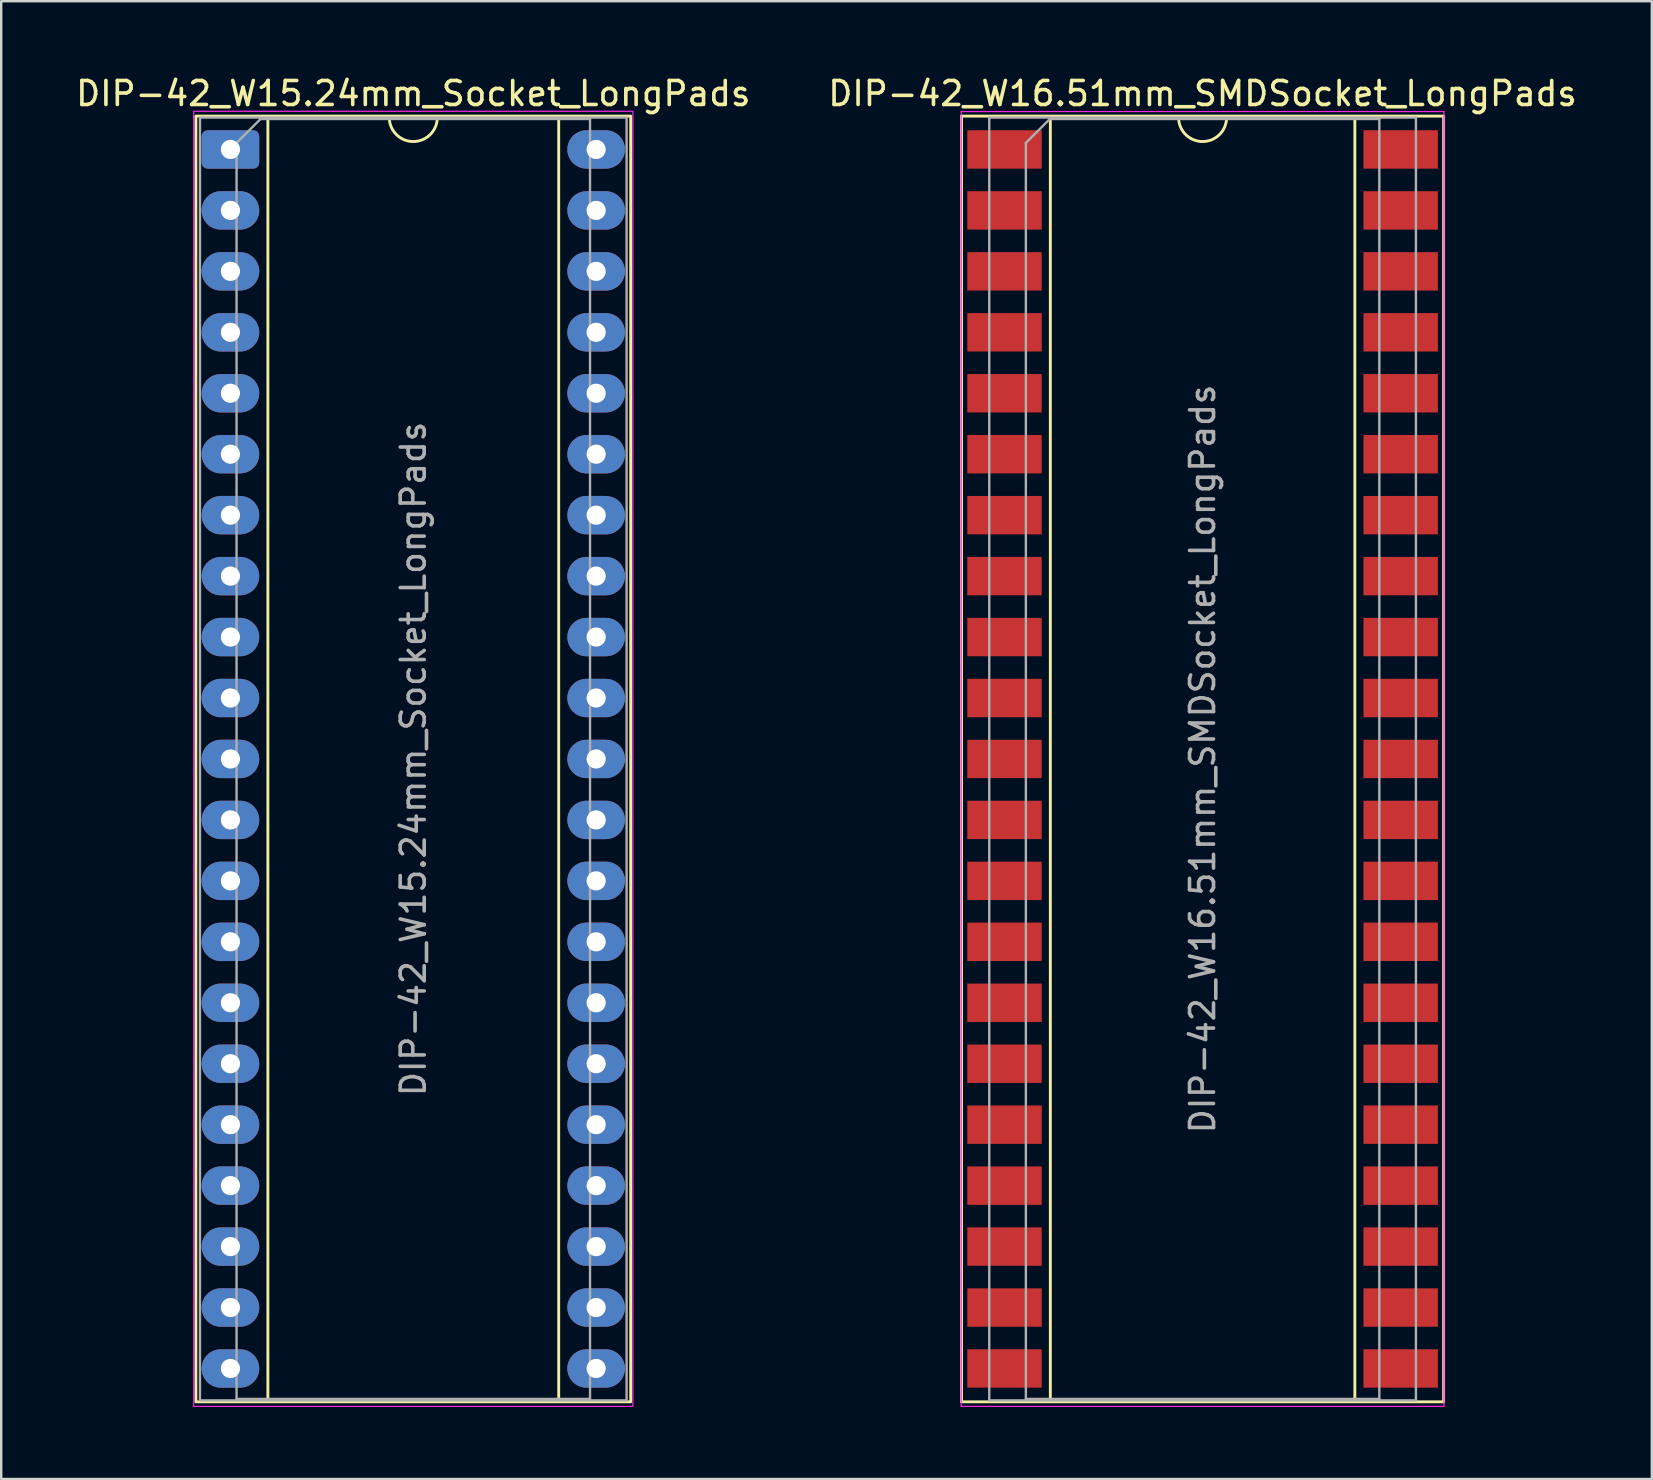
<source format=kicad_pcb>
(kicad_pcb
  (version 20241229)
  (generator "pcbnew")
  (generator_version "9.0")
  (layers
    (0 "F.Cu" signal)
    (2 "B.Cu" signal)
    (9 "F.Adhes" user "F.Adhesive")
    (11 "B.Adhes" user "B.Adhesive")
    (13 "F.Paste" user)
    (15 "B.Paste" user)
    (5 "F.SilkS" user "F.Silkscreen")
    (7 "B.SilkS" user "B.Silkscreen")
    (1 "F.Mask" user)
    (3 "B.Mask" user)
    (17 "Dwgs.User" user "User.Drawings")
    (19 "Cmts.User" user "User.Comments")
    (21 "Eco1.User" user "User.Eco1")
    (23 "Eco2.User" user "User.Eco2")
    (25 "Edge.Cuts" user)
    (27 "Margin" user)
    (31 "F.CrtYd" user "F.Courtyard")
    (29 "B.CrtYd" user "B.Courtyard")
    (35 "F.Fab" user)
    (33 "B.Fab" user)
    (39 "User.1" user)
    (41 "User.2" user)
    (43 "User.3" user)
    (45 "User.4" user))
  (footprint "DIP-42_W16.51mm_SMDSocket_LongPads"
    (layer "F.Cu")
    (at 47.065 28.578)
    (property "Reference" "DIP-42_W16.51mm_SMDSocket_LongPads" (at 0 -27.73 0) (layer "F.SilkS") (effects (font (size 1 1) (thickness 0.15))))
    (attr smd)
    (fp_line (start -10.045 -26.79) (end -10.045 26.79) (stroke (width 0.12) (type solid)) (layer "F.SilkS"))
    (fp_line (start -10.045 26.79) (end 10.045 26.79) (stroke (width 0.12) (type solid)) (layer "F.SilkS"))
    (fp_line (start -6.345 -26.73) (end -6.345 26.73) (stroke (width 0.12) (type solid)) (layer "F.SilkS"))
    (fp_line (start -6.345 26.73) (end 6.345 26.73) (stroke (width 0.12) (type solid)) (layer "F.SilkS"))
    (fp_line (start -1 -26.73) (end -6.345 -26.73) (stroke (width 0.12) (type solid)) (layer "F.SilkS"))
    (fp_line (start 6.345 -26.73) (end 1 -26.73) (stroke (width 0.12) (type solid)) (layer "F.SilkS"))
    (fp_line (start 6.345 26.73) (end 6.345 -26.73) (stroke (width 0.12) (type solid)) (layer "F.SilkS"))
    (fp_line (start 10.045 -26.79) (end -10.045 -26.79) (stroke (width 0.12) (type solid)) (layer "F.SilkS"))
    (fp_line (start 10.045 26.79) (end 10.045 -26.79) (stroke (width 0.12) (type solid)) (layer "F.SilkS"))
    (fp_arc (start 1 -26.73) (mid 0 -25.73) (end -1 -26.73) (stroke (width 0.12) (type solid)) (layer "F.SilkS"))
    (fp_line (start -10.06 -26.98) (end -10.06 26.98) (stroke (width 0.05) (type solid)) (layer "F.CrtYd"))
    (fp_line (start -10.06 26.98) (end 10.06 26.98) (stroke (width 0.05) (type solid)) (layer "F.CrtYd"))
    (fp_line (start 10.06 -26.98) (end -10.06 -26.98) (stroke (width 0.05) (type solid)) (layer "F.CrtYd"))
    (fp_line (start 10.06 26.98) (end 10.06 -26.98) (stroke (width 0.05) (type solid)) (layer "F.CrtYd"))
    (fp_line (start -8.89 -26.73) (end -8.89 26.73) (stroke (width 0.1) (type solid)) (layer "F.Fab"))
    (fp_line (start -8.89 26.73) (end 8.89 26.73) (stroke (width 0.1) (type solid)) (layer "F.Fab"))
    (fp_line (start -7.365 -25.67) (end -6.365 -26.67) (stroke (width 0.1) (type solid)) (layer "F.Fab"))
    (fp_line (start -7.365 26.67) (end -7.365 -25.67) (stroke (width 0.1) (type solid)) (layer "F.Fab"))
    (fp_line (start -6.365 -26.67) (end 7.365 -26.67) (stroke (width 0.1) (type solid)) (layer "F.Fab"))
    (fp_line (start 7.365 -26.67) (end 7.365 26.67) (stroke (width 0.1) (type solid)) (layer "F.Fab"))
    (fp_line (start 7.365 26.67) (end -7.365 26.67) (stroke (width 0.1) (type solid)) (layer "F.Fab"))
    (fp_line (start 8.89 -26.73) (end -8.89 -26.73) (stroke (width 0.1) (type solid)) (layer "F.Fab"))
    (fp_line (start 8.89 26.73) (end 8.89 -26.73) (stroke (width 0.1) (type solid)) (layer "F.Fab"))
    (fp_text user "${REFERENCE}" (at 0 0 90) (layer "F.Fab") (effects (font (size 1 1) (thickness 0.15))))
    (pad "1" smd rect (at -8.255 -25.4) (size 3.1 1.6) (layers "F.Cu" "F.Mask" "F.Paste"))
    (pad "2" smd rect (at -8.255 -22.86) (size 3.1 1.6) (layers "F.Cu" "F.Mask" "F.Paste"))
    (pad "3" smd rect (at -8.255 -20.32) (size 3.1 1.6) (layers "F.Cu" "F.Mask" "F.Paste"))
    (pad "4" smd rect (at -8.255 -17.78) (size 3.1 1.6) (layers "F.Cu" "F.Mask" "F.Paste"))
    (pad "5" smd rect (at -8.255 -15.24) (size 3.1 1.6) (layers "F.Cu" "F.Mask" "F.Paste"))
    (pad "6" smd rect (at -8.255 -12.7) (size 3.1 1.6) (layers "F.Cu" "F.Mask" "F.Paste"))
    (pad "7" smd rect (at -8.255 -10.16) (size 3.1 1.6) (layers "F.Cu" "F.Mask" "F.Paste"))
    (pad "8" smd rect (at -8.255 -7.62) (size 3.1 1.6) (layers "F.Cu" "F.Mask" "F.Paste"))
    (pad "9" smd rect (at -8.255 -5.08) (size 3.1 1.6) (layers "F.Cu" "F.Mask" "F.Paste"))
    (pad "10" smd rect (at -8.255 -2.54) (size 3.1 1.6) (layers "F.Cu" "F.Mask" "F.Paste"))
    (pad "11" smd rect (at -8.255 0) (size 3.1 1.6) (layers "F.Cu" "F.Mask" "F.Paste"))
    (pad "12" smd rect (at -8.255 2.54) (size 3.1 1.6) (layers "F.Cu" "F.Mask" "F.Paste"))
    (pad "13" smd rect (at -8.255 5.08) (size 3.1 1.6) (layers "F.Cu" "F.Mask" "F.Paste"))
    (pad "14" smd rect (at -8.255 7.62) (size 3.1 1.6) (layers "F.Cu" "F.Mask" "F.Paste"))
    (pad "15" smd rect (at -8.255 10.16) (size 3.1 1.6) (layers "F.Cu" "F.Mask" "F.Paste"))
    (pad "16" smd rect (at -8.255 12.7) (size 3.1 1.6) (layers "F.Cu" "F.Mask" "F.Paste"))
    (pad "17" smd rect (at -8.255 15.24) (size 3.1 1.6) (layers "F.Cu" "F.Mask" "F.Paste"))
    (pad "18" smd rect (at -8.255 17.78) (size 3.1 1.6) (layers "F.Cu" "F.Mask" "F.Paste"))
    (pad "19" smd rect (at -8.255 20.32) (size 3.1 1.6) (layers "F.Cu" "F.Mask" "F.Paste"))
    (pad "20" smd rect (at -8.255 22.86) (size 3.1 1.6) (layers "F.Cu" "F.Mask" "F.Paste"))
    (pad "21" smd rect (at -8.255 25.4) (size 3.1 1.6) (layers "F.Cu" "F.Mask" "F.Paste"))
    (pad "22" smd rect (at 8.255 25.4) (size 3.1 1.6) (layers "F.Cu" "F.Mask" "F.Paste"))
    (pad "23" smd rect (at 8.255 22.86) (size 3.1 1.6) (layers "F.Cu" "F.Mask" "F.Paste"))
    (pad "24" smd rect (at 8.255 20.32) (size 3.1 1.6) (layers "F.Cu" "F.Mask" "F.Paste"))
    (pad "25" smd rect (at 8.255 17.78) (size 3.1 1.6) (layers "F.Cu" "F.Mask" "F.Paste"))
    (pad "26" smd rect (at 8.255 15.24) (size 3.1 1.6) (layers "F.Cu" "F.Mask" "F.Paste"))
    (pad "27" smd rect (at 8.255 12.7) (size 3.1 1.6) (layers "F.Cu" "F.Mask" "F.Paste"))
    (pad "28" smd rect (at 8.255 10.16) (size 3.1 1.6) (layers "F.Cu" "F.Mask" "F.Paste"))
    (pad "29" smd rect (at 8.255 7.62) (size 3.1 1.6) (layers "F.Cu" "F.Mask" "F.Paste"))
    (pad "30" smd rect (at 8.255 5.08) (size 3.1 1.6) (layers "F.Cu" "F.Mask" "F.Paste"))
    (pad "31" smd rect (at 8.255 2.54) (size 3.1 1.6) (layers "F.Cu" "F.Mask" "F.Paste"))
    (pad "32" smd rect (at 8.255 0) (size 3.1 1.6) (layers "F.Cu" "F.Mask" "F.Paste"))
    (pad "33" smd rect (at 8.255 -2.54) (size 3.1 1.6) (layers "F.Cu" "F.Mask" "F.Paste"))
    (pad "34" smd rect (at 8.255 -5.08) (size 3.1 1.6) (layers "F.Cu" "F.Mask" "F.Paste"))
    (pad "35" smd rect (at 8.255 -7.62) (size 3.1 1.6) (layers "F.Cu" "F.Mask" "F.Paste"))
    (pad "36" smd rect (at 8.255 -10.16) (size 3.1 1.6) (layers "F.Cu" "F.Mask" "F.Paste"))
    (pad "37" smd rect (at 8.255 -12.7) (size 3.1 1.6) (layers "F.Cu" "F.Mask" "F.Paste"))
    (pad "38" smd rect (at 8.255 -15.24) (size 3.1 1.6) (layers "F.Cu" "F.Mask" "F.Paste"))
    (pad "39" smd rect (at 8.255 -17.78) (size 3.1 1.6) (layers "F.Cu" "F.Mask" "F.Paste"))
    (pad "40" smd rect (at 8.255 -20.32) (size 3.1 1.6) (layers "F.Cu" "F.Mask" "F.Paste"))
    (pad "41" smd rect (at 8.255 -22.86) (size 3.1 1.6) (layers "F.Cu" "F.Mask" "F.Paste"))
    (pad "42" smd rect (at 8.255 -25.4) (size 3.1 1.6) (layers "F.Cu" "F.Mask" "F.Paste")))
  (footprint "DIP-42_W15.24mm_Socket_LongPads"
    (layer "F.Cu")
    (at 6.553 3.178)
    (property "Reference" "DIP-42_W15.24mm_Socket_LongPads" (at 7.62 -2.33 0) (layer "F.SilkS") (effects (font (size 1 1) (thickness 0.15))))
    (attr through_hole)
    (fp_line (start 1.56 -1.33) (end 1.56 52.13) (stroke (width 0.12) (type solid)) (layer "F.SilkS"))
    (fp_line (start 1.56 52.13) (end 13.68 52.13) (stroke (width 0.12) (type solid)) (layer "F.SilkS"))
    (fp_line (start 6.62 -1.33) (end 1.56 -1.33) (stroke (width 0.12) (type solid)) (layer "F.SilkS"))
    (fp_line (start 13.68 -1.33) (end 8.62 -1.33) (stroke (width 0.12) (type solid)) (layer "F.SilkS"))
    (fp_line (start 13.68 52.13) (end 13.68 -1.33) (stroke (width 0.12) (type solid)) (layer "F.SilkS"))
    (fp_rect (start -1.44 -1.39) (end 16.68 52.19) (stroke (width 0.12) (type solid)) (fill no) (layer "F.SilkS"))
    (fp_arc (start 8.62 -1.33) (mid 7.62 -0.33) (end 6.62 -1.33) (stroke (width 0.12) (type solid)) (layer "F.SilkS"))
    (fp_rect (start -1.53 -1.59) (end 16.77 52.38) (stroke (width 0.05) (type solid)) (fill no) (layer "F.CrtYd"))
    (fp_line (start 0.255 -0.27) (end 1.255 -1.27) (stroke (width 0.1) (type solid)) (layer "F.Fab"))
    (fp_line (start 0.255 52.07) (end 0.255 -0.27) (stroke (width 0.1) (type solid)) (layer "F.Fab"))
    (fp_line (start 1.255 -1.27) (end 14.985 -1.27) (stroke (width 0.1) (type solid)) (layer "F.Fab"))
    (fp_line (start 14.985 -1.27) (end 14.985 52.07) (stroke (width 0.1) (type solid)) (layer "F.Fab"))
    (fp_line (start 14.985 52.07) (end 0.255 52.07) (stroke (width 0.1) (type solid)) (layer "F.Fab"))
    (fp_rect (start -1.27 -1.33) (end 16.51 52.13) (stroke (width 0.1) (type solid)) (fill no) (layer "F.Fab"))
    (fp_text user "${REFERENCE}" (at 7.62 25.4 90) (layer "F.Fab") (effects (font (size 1 1) (thickness 0.15))))
    (pad "1" thru_hole roundrect (at 0 0) (size 2.4 1.6) (drill 0.8) (layers "*.Cu" "*.Mask") (roundrect_rratio 0.156))
    (pad "2" thru_hole oval (at 0 2.54) (size 2.4 1.6) (drill 0.8) (layers "*.Cu" "*.Mask"))
    (pad "3" thru_hole oval (at 0 5.08) (size 2.4 1.6) (drill 0.8) (layers "*.Cu" "*.Mask"))
    (pad "4" thru_hole oval (at 0 7.62) (size 2.4 1.6) (drill 0.8) (layers "*.Cu" "*.Mask"))
    (pad "5" thru_hole oval (at 0 10.16) (size 2.4 1.6) (drill 0.8) (layers "*.Cu" "*.Mask"))
    (pad "6" thru_hole oval (at 0 12.7) (size 2.4 1.6) (drill 0.8) (layers "*.Cu" "*.Mask"))
    (pad "7" thru_hole oval (at 0 15.24) (size 2.4 1.6) (drill 0.8) (layers "*.Cu" "*.Mask"))
    (pad "8" thru_hole oval (at 0 17.78) (size 2.4 1.6) (drill 0.8) (layers "*.Cu" "*.Mask"))
    (pad "9" thru_hole oval (at 0 20.32) (size 2.4 1.6) (drill 0.8) (layers "*.Cu" "*.Mask"))
    (pad "10" thru_hole oval (at 0 22.86) (size 2.4 1.6) (drill 0.8) (layers "*.Cu" "*.Mask"))
    (pad "11" thru_hole oval (at 0 25.4) (size 2.4 1.6) (drill 0.8) (layers "*.Cu" "*.Mask"))
    (pad "12" thru_hole oval (at 0 27.94) (size 2.4 1.6) (drill 0.8) (layers "*.Cu" "*.Mask"))
    (pad "13" thru_hole oval (at 0 30.48) (size 2.4 1.6) (drill 0.8) (layers "*.Cu" "*.Mask"))
    (pad "14" thru_hole oval (at 0 33.02) (size 2.4 1.6) (drill 0.8) (layers "*.Cu" "*.Mask"))
    (pad "15" thru_hole oval (at 0 35.56) (size 2.4 1.6) (drill 0.8) (layers "*.Cu" "*.Mask"))
    (pad "16" thru_hole oval (at 0 38.1) (size 2.4 1.6) (drill 0.8) (layers "*.Cu" "*.Mask"))
    (pad "17" thru_hole oval (at 0 40.64) (size 2.4 1.6) (drill 0.8) (layers "*.Cu" "*.Mask"))
    (pad "18" thru_hole oval (at 0 43.18) (size 2.4 1.6) (drill 0.8) (layers "*.Cu" "*.Mask"))
    (pad "19" thru_hole oval (at 0 45.72) (size 2.4 1.6) (drill 0.8) (layers "*.Cu" "*.Mask"))
    (pad "20" thru_hole oval (at 0 48.26) (size 2.4 1.6) (drill 0.8) (layers "*.Cu" "*.Mask"))
    (pad "21" thru_hole oval (at 0 50.8) (size 2.4 1.6) (drill 0.8) (layers "*.Cu" "*.Mask"))
    (pad "22" thru_hole oval (at 15.24 50.8) (size 2.4 1.6) (drill 0.8) (layers "*.Cu" "*.Mask"))
    (pad "23" thru_hole oval (at 15.24 48.26) (size 2.4 1.6) (drill 0.8) (layers "*.Cu" "*.Mask"))
    (pad "24" thru_hole oval (at 15.24 45.72) (size 2.4 1.6) (drill 0.8) (layers "*.Cu" "*.Mask"))
    (pad "25" thru_hole oval (at 15.24 43.18) (size 2.4 1.6) (drill 0.8) (layers "*.Cu" "*.Mask"))
    (pad "26" thru_hole oval (at 15.24 40.64) (size 2.4 1.6) (drill 0.8) (layers "*.Cu" "*.Mask"))
    (pad "27" thru_hole oval (at 15.24 38.1) (size 2.4 1.6) (drill 0.8) (layers "*.Cu" "*.Mask"))
    (pad "28" thru_hole oval (at 15.24 35.56) (size 2.4 1.6) (drill 0.8) (layers "*.Cu" "*.Mask"))
    (pad "29" thru_hole oval (at 15.24 33.02) (size 2.4 1.6) (drill 0.8) (layers "*.Cu" "*.Mask"))
    (pad "30" thru_hole oval (at 15.24 30.48) (size 2.4 1.6) (drill 0.8) (layers "*.Cu" "*.Mask"))
    (pad "31" thru_hole oval (at 15.24 27.94) (size 2.4 1.6) (drill 0.8) (layers "*.Cu" "*.Mask"))
    (pad "32" thru_hole oval (at 15.24 25.4) (size 2.4 1.6) (drill 0.8) (layers "*.Cu" "*.Mask"))
    (pad "33" thru_hole oval (at 15.24 22.86) (size 2.4 1.6) (drill 0.8) (layers "*.Cu" "*.Mask"))
    (pad "34" thru_hole oval (at 15.24 20.32) (size 2.4 1.6) (drill 0.8) (layers "*.Cu" "*.Mask"))
    (pad "35" thru_hole oval (at 15.24 17.78) (size 2.4 1.6) (drill 0.8) (layers "*.Cu" "*.Mask"))
    (pad "36" thru_hole oval (at 15.24 15.24) (size 2.4 1.6) (drill 0.8) (layers "*.Cu" "*.Mask"))
    (pad "37" thru_hole oval (at 15.24 12.7) (size 2.4 1.6) (drill 0.8) (layers "*.Cu" "*.Mask"))
    (pad "38" thru_hole oval (at 15.24 10.16) (size 2.4 1.6) (drill 0.8) (layers "*.Cu" "*.Mask"))
    (pad "39" thru_hole oval (at 15.24 7.62) (size 2.4 1.6) (drill 0.8) (layers "*.Cu" "*.Mask"))
    (pad "40" thru_hole oval (at 15.24 5.08) (size 2.4 1.6) (drill 0.8) (layers "*.Cu" "*.Mask"))
    (pad "41" thru_hole oval (at 15.24 2.54) (size 2.4 1.6) (drill 0.8) (layers "*.Cu" "*.Mask"))
    (pad "42" thru_hole oval (at 15.24 0) (size 2.4 1.6) (drill 0.8) (layers "*.Cu" "*.Mask")))
  (gr_rect
    (start -3 -3)
    (end 65.786 58.583)
    (stroke (width 0.1) (type default))
    (fill no)
    (layer "Edge.Cuts")))
</source>
